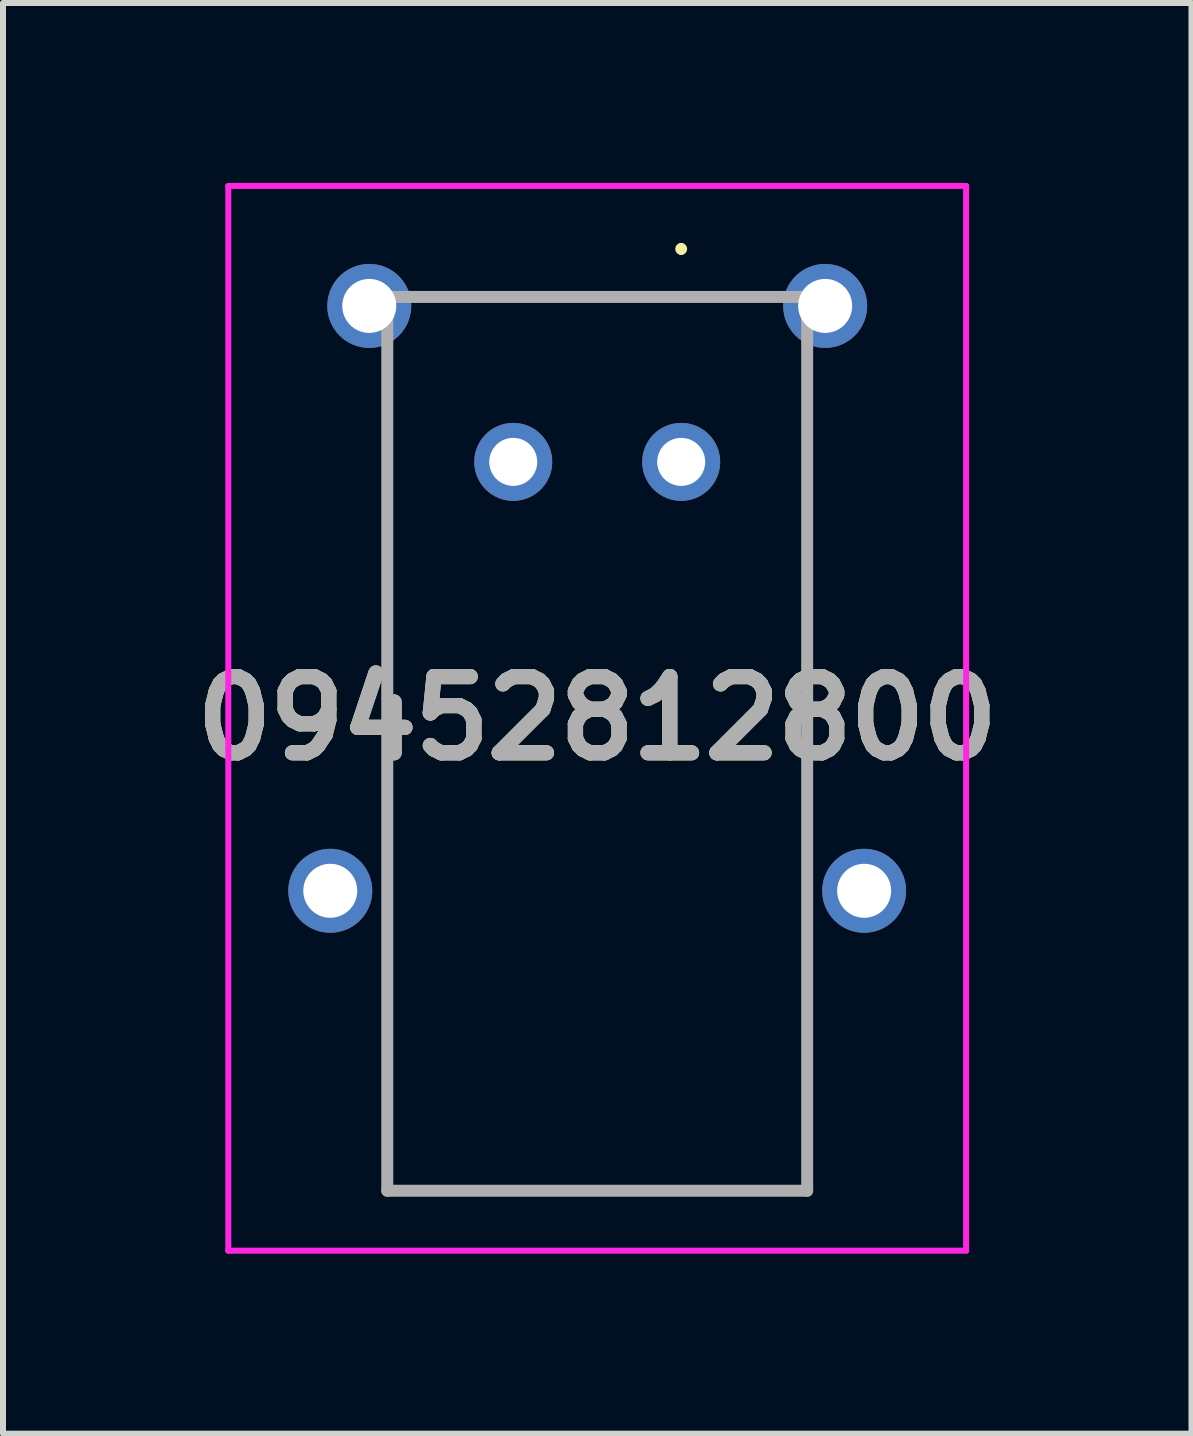
<source format=kicad_pcb>
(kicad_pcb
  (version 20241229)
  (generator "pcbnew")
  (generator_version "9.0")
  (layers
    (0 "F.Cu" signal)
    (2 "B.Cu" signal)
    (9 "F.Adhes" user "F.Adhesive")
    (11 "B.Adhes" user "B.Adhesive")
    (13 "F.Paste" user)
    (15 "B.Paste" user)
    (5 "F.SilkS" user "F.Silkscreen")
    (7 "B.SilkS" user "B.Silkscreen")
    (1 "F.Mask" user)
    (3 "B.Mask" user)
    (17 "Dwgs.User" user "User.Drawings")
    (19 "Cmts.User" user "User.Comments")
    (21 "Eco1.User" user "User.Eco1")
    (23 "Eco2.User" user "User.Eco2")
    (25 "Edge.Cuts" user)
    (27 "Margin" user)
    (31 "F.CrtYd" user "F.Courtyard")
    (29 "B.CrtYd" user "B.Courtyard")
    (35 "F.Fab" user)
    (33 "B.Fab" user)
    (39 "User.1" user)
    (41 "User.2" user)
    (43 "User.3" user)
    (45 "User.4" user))
  (footprint "09452812800"
    (layer "F.Cu")
    (at 6.906 4.65)
    (property "Reference" "09452812800" (at 0 4.275 0) (layer "F.SilkS") (effects (font (size 1.27 1.27) (thickness 0.254))))
    (attr through_hole)
    (fp_line (start -3.5 -1) (end -3.5 6.5) (stroke (width 0.1) (type solid)) (layer "F.SilkS"))
    (fp_line (start -3.5 8) (end -3.5 12.15) (stroke (width 0.1) (type solid)) (layer "F.SilkS"))
    (fp_line (start -3.5 12.15) (end 3.5 12.15) (stroke (width 0.1) (type solid)) (layer "F.SilkS"))
    (fp_line (start -2.6 -2.75) (end 2.4 -2.75) (stroke (width 0.1) (type solid)) (layer "F.SilkS"))
    (fp_line (start 1.4 -3.6) (end 1.4 -3.6) (stroke (width 0.1) (type solid)) (layer "F.SilkS"))
    (fp_line (start 1.4 -3.5) (end 1.4 -3.5) (stroke (width 0.1) (type solid)) (layer "F.SilkS"))
    (fp_line (start 3.5 -1) (end 3.5 6.5) (stroke (width 0.1) (type solid)) (layer "F.SilkS"))
    (fp_line (start 3.5 12.15) (end 3.5 8) (stroke (width 0.1) (type solid)) (layer "F.SilkS"))
    (fp_arc (start 1.4 -3.6) (mid 1.45 -3.55) (end 1.4 -3.5) (stroke (width 0.1) (type solid)) (layer "F.SilkS"))
    (fp_arc (start 1.4 -3.5) (mid 1.35 -3.55) (end 1.4 -3.6) (stroke (width 0.1) (type solid)) (layer "F.SilkS"))
    (fp_line (start -6.15 -4.6) (end 6.15 -4.6) (stroke (width 0.1) (type solid)) (layer "F.CrtYd"))
    (fp_line (start -6.15 13.15) (end -6.15 -4.6) (stroke (width 0.1) (type solid)) (layer "F.CrtYd"))
    (fp_line (start 6.15 -4.6) (end 6.15 13.15) (stroke (width 0.1) (type solid)) (layer "F.CrtYd"))
    (fp_line (start 6.15 13.15) (end -6.15 13.15) (stroke (width 0.1) (type solid)) (layer "F.CrtYd"))
    (fp_line (start -3.5 -2.75) (end 3.5 -2.75) (stroke (width 0.2) (type solid)) (layer "F.Fab"))
    (fp_line (start -3.5 12.15) (end -3.5 -2.75) (stroke (width 0.2) (type solid)) (layer "F.Fab"))
    (fp_line (start 3.5 -2.75) (end 3.5 12.15) (stroke (width 0.2) (type solid)) (layer "F.Fab"))
    (fp_line (start 3.5 12.15) (end -3.5 12.15) (stroke (width 0.2) (type solid)) (layer "F.Fab"))
    (fp_text user "${REFERENCE}" (at 0 4.275 0) (layer "F.Fab") (effects (font (size 1.27 1.27) (thickness 0.254))))
    (pad "1" thru_hole circle (at 1.4 0) (size 1.3 1.3) (drill 0.8) (layers "*.Cu" "*.Mask"))
    (pad "2" thru_hole circle (at -1.4 0) (size 1.3 1.3) (drill 0.8) (layers "*.Cu" "*.Mask"))
    (pad "MH1" thru_hole circle (at 3.8 -2.6) (size 1.4 1.4) (drill 0.9) (layers "*.Cu" "*.Mask"))
    (pad "MH2" thru_hole circle (at -3.8 -2.6) (size 1.4 1.4) (drill 0.9) (layers "*.Cu" "*.Mask"))
    (pad "MH3" thru_hole circle (at 4.45 7.15) (size 1.4 1.4) (drill 0.9) (layers "*.Cu" "*.Mask"))
    (pad "MH4" thru_hole circle (at -4.45 7.15) (size 1.4 1.4) (drill 0.9) (layers "*.Cu" "*.Mask")))
  (gr_rect
    (start -3 -3)
    (end 16.813 20.85)
    (stroke (width 0.1) (type default))
    (fill no)
    (layer "Edge.Cuts")))
</source>
